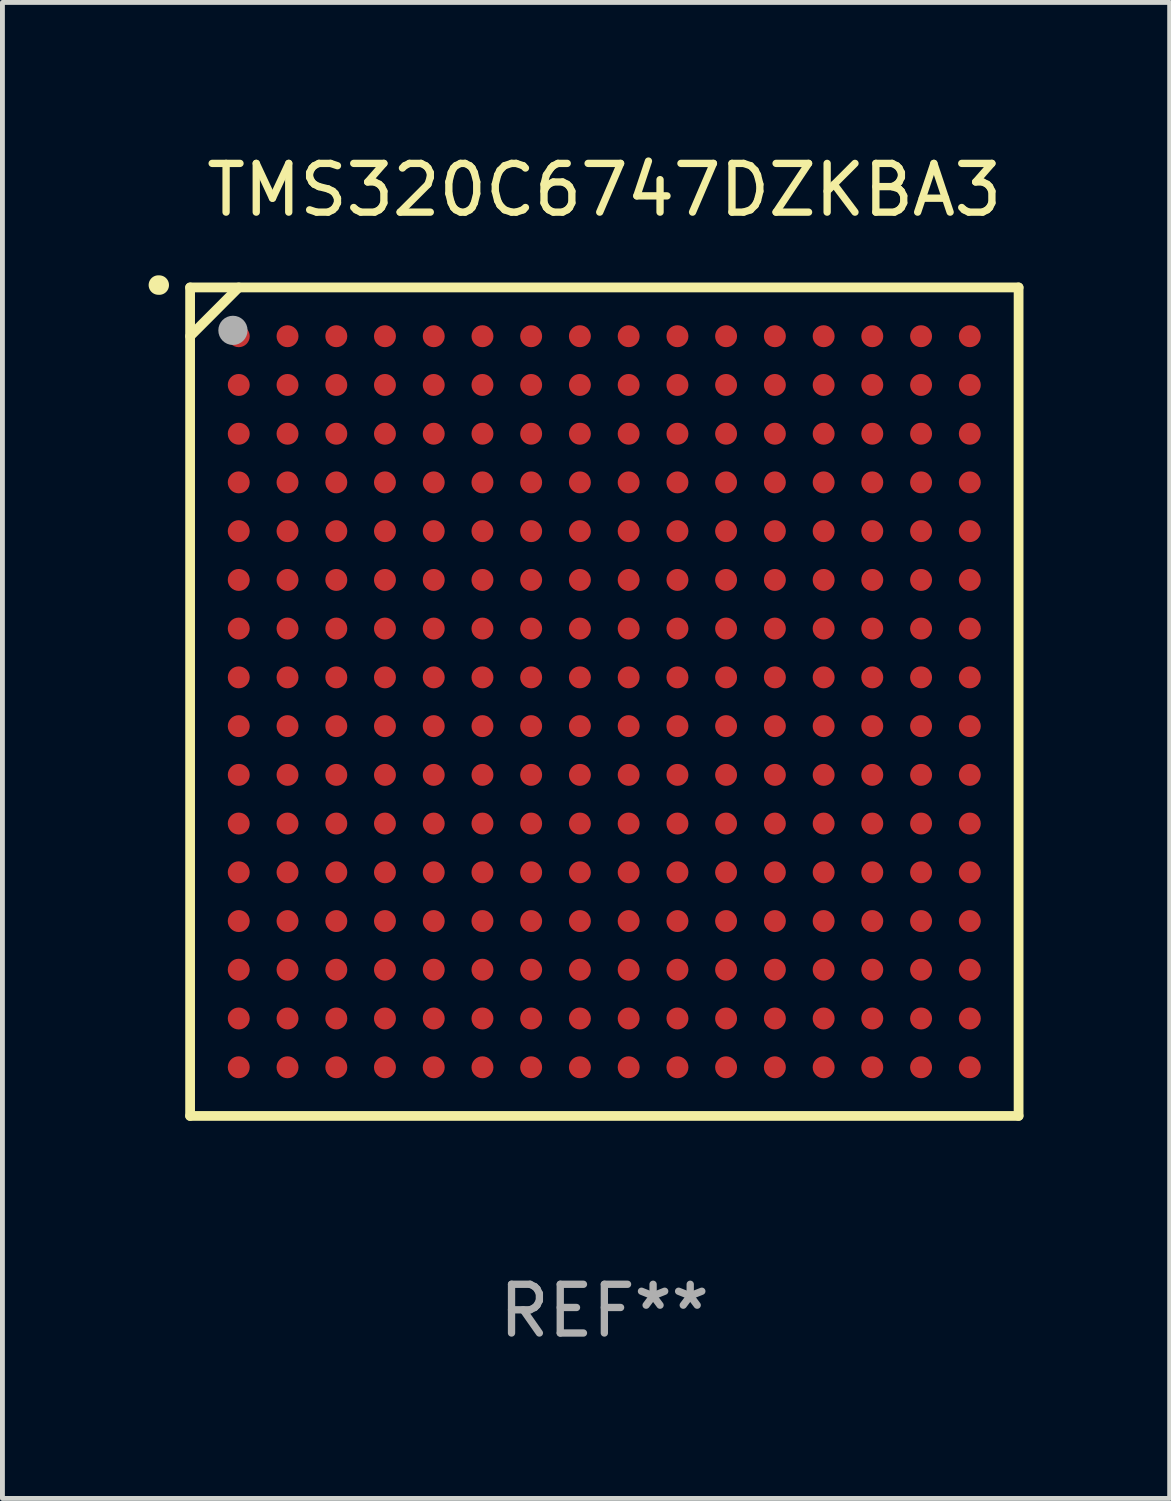
<source format=kicad_pcb>
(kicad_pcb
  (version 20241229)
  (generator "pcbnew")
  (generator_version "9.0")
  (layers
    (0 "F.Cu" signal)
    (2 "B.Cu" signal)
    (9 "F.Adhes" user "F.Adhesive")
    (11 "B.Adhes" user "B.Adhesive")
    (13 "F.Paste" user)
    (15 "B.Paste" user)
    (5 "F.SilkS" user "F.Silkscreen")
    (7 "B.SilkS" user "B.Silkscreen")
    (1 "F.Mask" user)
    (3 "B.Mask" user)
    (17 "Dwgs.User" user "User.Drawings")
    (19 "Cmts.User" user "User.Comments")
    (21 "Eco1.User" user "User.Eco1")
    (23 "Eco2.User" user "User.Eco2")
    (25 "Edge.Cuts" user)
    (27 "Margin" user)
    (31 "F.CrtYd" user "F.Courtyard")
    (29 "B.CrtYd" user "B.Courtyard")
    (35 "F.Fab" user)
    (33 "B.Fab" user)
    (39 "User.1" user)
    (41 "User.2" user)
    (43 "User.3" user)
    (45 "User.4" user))
  (footprint "TMS320C6747DZKBA3"
    (layer "F.Cu")
    (at 9.351 11.348)
    (property "Reference" "TMS320C6747DZKBA3" (at 0 -10.5 0) (layer "F.SilkS") (effects (font (size 1 1) (thickness 0.15))))
    (attr through_hole)
    (fp_line (start -8.5 -8.5) (end 8.5 -8.5) (stroke (width 0.2) (type solid)) (layer "F.SilkS"))
    (fp_line (start -8.5 -7.499) (end -7.502 -8.5) (stroke (width 0.2) (type solid)) (layer "F.SilkS"))
    (fp_line (start -8.5 8.5) (end -8.5 -8.5) (stroke (width 0.2) (type solid)) (layer "F.SilkS"))
    (fp_line (start 8.5 -8.5) (end 8.5 8.5) (stroke (width 0.2) (type solid)) (layer "F.SilkS"))
    (fp_line (start 8.5 8.5) (end -8.5 8.5) (stroke (width 0.2) (type solid)) (layer "F.SilkS"))
    (fp_arc (start -9.151181 -8.548768) (mid -9.142295 -8.548541) (end -9.133426 -8.547955) (stroke (width 0.4) (type solid)) (layer "F.SilkS"))
    (fp_circle (center -8.501 -8.499) (end -8.471 -8.499) (stroke (width 0.06) (type solid)) (fill no) (layer "F.SilkS"))
    (fp_circle (center -7.621 -7.619) (end -7.471 -7.619) (stroke (width 0.3) (type solid)) (fill no) (layer "F.Fab"))
    (fp_text user "REF**" (at 0 12.5 0) (layer "F.Fab") (effects (font (size 1 1) (thickness 0.15))))
    (pad "A1" smd circle (at -7.502 -7.499) (size 0.45 0.45) (layers "F.Cu" "F.Mask" "F.Paste"))
    (pad "A2" smd circle (at -6.501 -7.499) (size 0.45 0.45) (layers "F.Cu" "F.Mask" "F.Paste"))
    (pad "A3" smd circle (at -5.5 -7.499) (size 0.45 0.45) (layers "F.Cu" "F.Mask" "F.Paste"))
    (pad "A4" smd circle (at -4.502 -7.499) (size 0.45 0.45) (layers "F.Cu" "F.Mask" "F.Paste"))
    (pad "A5" smd circle (at -3.501 -7.499) (size 0.45 0.45) (layers "F.Cu" "F.Mask" "F.Paste"))
    (pad "A6" smd circle (at -2.501 -7.499) (size 0.45 0.45) (layers "F.Cu" "F.Mask" "F.Paste"))
    (pad "A7" smd circle (at -1.502 -7.499) (size 0.45 0.45) (layers "F.Cu" "F.Mask" "F.Paste"))
    (pad "A8" smd circle (at -0.502 -7.499) (size 0.45 0.45) (layers "F.Cu" "F.Mask" "F.Paste"))
    (pad "A9" smd circle (at 0.499 -7.499) (size 0.45 0.45) (layers "F.Cu" "F.Mask" "F.Paste"))
    (pad "A10" smd circle (at 1.5 -7.499) (size 0.45 0.45) (layers "F.Cu" "F.Mask" "F.Paste"))
    (pad "A11" smd circle (at 2.498 -7.499) (size 0.45 0.45) (layers "F.Cu" "F.Mask" "F.Paste"))
    (pad "A12" smd circle (at 3.499 -7.499) (size 0.45 0.45) (layers "F.Cu" "F.Mask" "F.Paste"))
    (pad "A13" smd circle (at 4.5 -7.499) (size 0.45 0.45) (layers "F.Cu" "F.Mask" "F.Paste"))
    (pad "A14" smd circle (at 5.498 -7.499) (size 0.45 0.45) (layers "F.Cu" "F.Mask" "F.Paste"))
    (pad "A15" smd circle (at 6.499 -7.499) (size 0.45 0.45) (layers "F.Cu" "F.Mask" "F.Paste"))
    (pad "A16" smd circle (at 7.499 -7.499) (size 0.45 0.45) (layers "F.Cu" "F.Mask" "F.Paste"))
    (pad "B1" smd circle (at -7.502 -6.499) (size 0.45 0.45) (layers "F.Cu" "F.Mask" "F.Paste"))
    (pad "B2" smd circle (at -6.501 -6.499) (size 0.45 0.45) (layers "F.Cu" "F.Mask" "F.Paste"))
    (pad "B3" smd circle (at -5.5 -6.499) (size 0.45 0.45) (layers "F.Cu" "F.Mask" "F.Paste"))
    (pad "B4" smd circle (at -4.502 -6.499) (size 0.45 0.45) (layers "F.Cu" "F.Mask" "F.Paste"))
    (pad "B5" smd circle (at -3.501 -6.499) (size 0.45 0.45) (layers "F.Cu" "F.Mask" "F.Paste"))
    (pad "B6" smd circle (at -2.501 -6.499) (size 0.45 0.45) (layers "F.Cu" "F.Mask" "F.Paste"))
    (pad "B7" smd circle (at -1.502 -6.499) (size 0.45 0.45) (layers "F.Cu" "F.Mask" "F.Paste"))
    (pad "B8" smd circle (at -0.502 -6.499) (size 0.45 0.45) (layers "F.Cu" "F.Mask" "F.Paste"))
    (pad "B9" smd circle (at 0.499 -6.499) (size 0.45 0.45) (layers "F.Cu" "F.Mask" "F.Paste"))
    (pad "B10" smd circle (at 1.5 -6.499) (size 0.45 0.45) (layers "F.Cu" "F.Mask" "F.Paste"))
    (pad "B11" smd circle (at 2.498 -6.499) (size 0.45 0.45) (layers "F.Cu" "F.Mask" "F.Paste"))
    (pad "B12" smd circle (at 3.499 -6.499) (size 0.45 0.45) (layers "F.Cu" "F.Mask" "F.Paste"))
    (pad "B13" smd circle (at 4.5 -6.499) (size 0.45 0.45) (layers "F.Cu" "F.Mask" "F.Paste"))
    (pad "B14" smd circle (at 5.498 -6.499) (size 0.45 0.45) (layers "F.Cu" "F.Mask" "F.Paste"))
    (pad "B15" smd circle (at 6.499 -6.499) (size 0.45 0.45) (layers "F.Cu" "F.Mask" "F.Paste"))
    (pad "B16" smd circle (at 7.499 -6.499) (size 0.45 0.45) (layers "F.Cu" "F.Mask" "F.Paste"))
    (pad "C1" smd circle (at -7.502 -5.498) (size 0.45 0.45) (layers "F.Cu" "F.Mask" "F.Paste"))
    (pad "C2" smd circle (at -6.501 -5.498) (size 0.45 0.45) (layers "F.Cu" "F.Mask" "F.Paste"))
    (pad "C3" smd circle (at -5.5 -5.498) (size 0.45 0.45) (layers "F.Cu" "F.Mask" "F.Paste"))
    (pad "C4" smd circle (at -4.502 -5.498) (size 0.45 0.45) (layers "F.Cu" "F.Mask" "F.Paste"))
    (pad "C5" smd circle (at -3.501 -5.498) (size 0.45 0.45) (layers "F.Cu" "F.Mask" "F.Paste"))
    (pad "C6" smd circle (at -2.501 -5.498) (size 0.45 0.45) (layers "F.Cu" "F.Mask" "F.Paste"))
    (pad "C7" smd circle (at -1.502 -5.498) (size 0.45 0.45) (layers "F.Cu" "F.Mask" "F.Paste"))
    (pad "C8" smd circle (at -0.502 -5.498) (size 0.45 0.45) (layers "F.Cu" "F.Mask" "F.Paste"))
    (pad "C9" smd circle (at 0.499 -5.498) (size 0.45 0.45) (layers "F.Cu" "F.Mask" "F.Paste"))
    (pad "C10" smd circle (at 1.5 -5.498) (size 0.45 0.45) (layers "F.Cu" "F.Mask" "F.Paste"))
    (pad "C11" smd circle (at 2.498 -5.498) (size 0.45 0.45) (layers "F.Cu" "F.Mask" "F.Paste"))
    (pad "C12" smd circle (at 3.499 -5.498) (size 0.45 0.45) (layers "F.Cu" "F.Mask" "F.Paste"))
    (pad "C13" smd circle (at 4.5 -5.498) (size 0.45 0.45) (layers "F.Cu" "F.Mask" "F.Paste"))
    (pad "C14" smd circle (at 5.498 -5.498) (size 0.45 0.45) (layers "F.Cu" "F.Mask" "F.Paste"))
    (pad "C15" smd circle (at 6.499 -5.498) (size 0.45 0.45) (layers "F.Cu" "F.Mask" "F.Paste"))
    (pad "C16" smd circle (at 7.499 -5.498) (size 0.45 0.45) (layers "F.Cu" "F.Mask" "F.Paste"))
    (pad "D1" smd circle (at -7.502 -4.5) (size 0.45 0.45) (layers "F.Cu" "F.Mask" "F.Paste"))
    (pad "D2" smd circle (at -6.501 -4.5) (size 0.45 0.45) (layers "F.Cu" "F.Mask" "F.Paste"))
    (pad "D3" smd circle (at -5.5 -4.5) (size 0.45 0.45) (layers "F.Cu" "F.Mask" "F.Paste"))
    (pad "D4" smd circle (at -4.502 -4.5) (size 0.45 0.45) (layers "F.Cu" "F.Mask" "F.Paste"))
    (pad "D5" smd circle (at -3.501 -4.5) (size 0.45 0.45) (layers "F.Cu" "F.Mask" "F.Paste"))
    (pad "D6" smd circle (at -2.501 -4.5) (size 0.45 0.45) (layers "F.Cu" "F.Mask" "F.Paste"))
    (pad "D7" smd circle (at -1.502 -4.5) (size 0.45 0.45) (layers "F.Cu" "F.Mask" "F.Paste"))
    (pad "D8" smd circle (at -0.502 -4.5) (size 0.45 0.45) (layers "F.Cu" "F.Mask" "F.Paste"))
    (pad "D9" smd circle (at 0.499 -4.5) (size 0.45 0.45) (layers "F.Cu" "F.Mask" "F.Paste"))
    (pad "D10" smd circle (at 1.5 -4.5) (size 0.45 0.45) (layers "F.Cu" "F.Mask" "F.Paste"))
    (pad "D11" smd circle (at 2.498 -4.5) (size 0.45 0.45) (layers "F.Cu" "F.Mask" "F.Paste"))
    (pad "D12" smd circle (at 3.499 -4.5) (size 0.45 0.45) (layers "F.Cu" "F.Mask" "F.Paste"))
    (pad "D13" smd circle (at 4.5 -4.5) (size 0.45 0.45) (layers "F.Cu" "F.Mask" "F.Paste"))
    (pad "D14" smd circle (at 5.498 -4.5) (size 0.45 0.45) (layers "F.Cu" "F.Mask" "F.Paste"))
    (pad "D15" smd circle (at 6.499 -4.5) (size 0.45 0.45) (layers "F.Cu" "F.Mask" "F.Paste"))
    (pad "D16" smd circle (at 7.499 -4.5) (size 0.45 0.45) (layers "F.Cu" "F.Mask" "F.Paste"))
    (pad "E1" smd circle (at -7.502 -3.499) (size 0.45 0.45) (layers "F.Cu" "F.Mask" "F.Paste"))
    (pad "E2" smd circle (at -6.501 -3.499) (size 0.45 0.45) (layers "F.Cu" "F.Mask" "F.Paste"))
    (pad "E3" smd circle (at -5.5 -3.499) (size 0.45 0.45) (layers "F.Cu" "F.Mask" "F.Paste"))
    (pad "E4" smd circle (at -4.502 -3.499) (size 0.45 0.45) (layers "F.Cu" "F.Mask" "F.Paste"))
    (pad "E5" smd circle (at -3.501 -3.499) (size 0.45 0.45) (layers "F.Cu" "F.Mask" "F.Paste"))
    (pad "E6" smd circle (at -2.501 -3.499) (size 0.45 0.45) (layers "F.Cu" "F.Mask" "F.Paste"))
    (pad "E7" smd circle (at -1.502 -3.499) (size 0.45 0.45) (layers "F.Cu" "F.Mask" "F.Paste"))
    (pad "E8" smd circle (at -0.502 -3.499) (size 0.45 0.45) (layers "F.Cu" "F.Mask" "F.Paste"))
    (pad "E9" smd circle (at 0.499 -3.499) (size 0.45 0.45) (layers "F.Cu" "F.Mask" "F.Paste"))
    (pad "E10" smd circle (at 1.5 -3.499) (size 0.45 0.45) (layers "F.Cu" "F.Mask" "F.Paste"))
    (pad "E11" smd circle (at 2.498 -3.499) (size 0.45 0.45) (layers "F.Cu" "F.Mask" "F.Paste"))
    (pad "E12" smd circle (at 3.499 -3.499) (size 0.45 0.45) (layers "F.Cu" "F.Mask" "F.Paste"))
    (pad "E13" smd circle (at 4.5 -3.499) (size 0.45 0.45) (layers "F.Cu" "F.Mask" "F.Paste"))
    (pad "E14" smd circle (at 5.498 -3.499) (size 0.45 0.45) (layers "F.Cu" "F.Mask" "F.Paste"))
    (pad "E15" smd circle (at 6.499 -3.499) (size 0.45 0.45) (layers "F.Cu" "F.Mask" "F.Paste"))
    (pad "E16" smd circle (at 7.499 -3.499) (size 0.45 0.45) (layers "F.Cu" "F.Mask" "F.Paste"))
    (pad "F1" smd circle (at -7.502 -2.498) (size 0.45 0.45) (layers "F.Cu" "F.Mask" "F.Paste"))
    (pad "F2" smd circle (at -6.501 -2.498) (size 0.45 0.45) (layers "F.Cu" "F.Mask" "F.Paste"))
    (pad "F3" smd circle (at -5.5 -2.498) (size 0.45 0.45) (layers "F.Cu" "F.Mask" "F.Paste"))
    (pad "F4" smd circle (at -4.502 -2.498) (size 0.45 0.45) (layers "F.Cu" "F.Mask" "F.Paste"))
    (pad "F5" smd circle (at -3.501 -2.498) (size 0.45 0.45) (layers "F.Cu" "F.Mask" "F.Paste"))
    (pad "F6" smd circle (at -2.501 -2.498) (size 0.45 0.45) (layers "F.Cu" "F.Mask" "F.Paste"))
    (pad "F7" smd circle (at -1.502 -2.498) (size 0.45 0.45) (layers "F.Cu" "F.Mask" "F.Paste"))
    (pad "F8" smd circle (at -0.502 -2.498) (size 0.45 0.45) (layers "F.Cu" "F.Mask" "F.Paste"))
    (pad "F9" smd circle (at 0.499 -2.498) (size 0.45 0.45) (layers "F.Cu" "F.Mask" "F.Paste"))
    (pad "F10" smd circle (at 1.5 -2.498) (size 0.45 0.45) (layers "F.Cu" "F.Mask" "F.Paste"))
    (pad "F11" smd circle (at 2.498 -2.498) (size 0.45 0.45) (layers "F.Cu" "F.Mask" "F.Paste"))
    (pad "F12" smd circle (at 3.499 -2.498) (size 0.45 0.45) (layers "F.Cu" "F.Mask" "F.Paste"))
    (pad "F13" smd circle (at 4.5 -2.498) (size 0.45 0.45) (layers "F.Cu" "F.Mask" "F.Paste"))
    (pad "F14" smd circle (at 5.498 -2.498) (size 0.45 0.45) (layers "F.Cu" "F.Mask" "F.Paste"))
    (pad "F15" smd circle (at 6.499 -2.498) (size 0.45 0.45) (layers "F.Cu" "F.Mask" "F.Paste"))
    (pad "F16" smd circle (at 7.499 -2.498) (size 0.45 0.45) (layers "F.Cu" "F.Mask" "F.Paste"))
    (pad "G1" smd circle (at -7.502 -1.5) (size 0.45 0.45) (layers "F.Cu" "F.Mask" "F.Paste"))
    (pad "G2" smd circle (at -6.501 -1.5) (size 0.45 0.45) (layers "F.Cu" "F.Mask" "F.Paste"))
    (pad "G3" smd circle (at -5.5 -1.5) (size 0.45 0.45) (layers "F.Cu" "F.Mask" "F.Paste"))
    (pad "G4" smd circle (at -4.502 -1.5) (size 0.45 0.45) (layers "F.Cu" "F.Mask" "F.Paste"))
    (pad "G5" smd circle (at -3.501 -1.5) (size 0.45 0.45) (layers "F.Cu" "F.Mask" "F.Paste"))
    (pad "G6" smd circle (at -2.501 -1.5) (size 0.45 0.45) (layers "F.Cu" "F.Mask" "F.Paste"))
    (pad "G7" smd circle (at -1.502 -1.5) (size 0.45 0.45) (layers "F.Cu" "F.Mask" "F.Paste"))
    (pad "G8" smd circle (at -0.502 -1.5) (size 0.45 0.45) (layers "F.Cu" "F.Mask" "F.Paste"))
    (pad "G9" smd circle (at 0.499 -1.5) (size 0.45 0.45) (layers "F.Cu" "F.Mask" "F.Paste"))
    (pad "G10" smd circle (at 1.5 -1.5) (size 0.45 0.45) (layers "F.Cu" "F.Mask" "F.Paste"))
    (pad "G11" smd circle (at 2.498 -1.5) (size 0.45 0.45) (layers "F.Cu" "F.Mask" "F.Paste"))
    (pad "G12" smd circle (at 3.499 -1.5) (size 0.45 0.45) (layers "F.Cu" "F.Mask" "F.Paste"))
    (pad "G13" smd circle (at 4.5 -1.5) (size 0.45 0.45) (layers "F.Cu" "F.Mask" "F.Paste"))
    (pad "G14" smd circle (at 5.498 -1.5) (size 0.45 0.45) (layers "F.Cu" "F.Mask" "F.Paste"))
    (pad "G15" smd circle (at 6.499 -1.5) (size 0.45 0.45) (layers "F.Cu" "F.Mask" "F.Paste"))
    (pad "G16" smd circle (at 7.499 -1.5) (size 0.45 0.45) (layers "F.Cu" "F.Mask" "F.Paste"))
    (pad "H1" smd circle (at -7.502 -0.499) (size 0.45 0.45) (layers "F.Cu" "F.Mask" "F.Paste"))
    (pad "H2" smd circle (at -6.501 -0.499) (size 0.45 0.45) (layers "F.Cu" "F.Mask" "F.Paste"))
    (pad "H3" smd circle (at -5.5 -0.499) (size 0.45 0.45) (layers "F.Cu" "F.Mask" "F.Paste"))
    (pad "H4" smd circle (at -4.502 -0.499) (size 0.45 0.45) (layers "F.Cu" "F.Mask" "F.Paste"))
    (pad "H5" smd circle (at -3.501 -0.499) (size 0.45 0.45) (layers "F.Cu" "F.Mask" "F.Paste"))
    (pad "H6" smd circle (at -2.501 -0.499) (size 0.45 0.45) (layers "F.Cu" "F.Mask" "F.Paste"))
    (pad "H7" smd circle (at -1.502 -0.499) (size 0.45 0.45) (layers "F.Cu" "F.Mask" "F.Paste"))
    (pad "H8" smd circle (at -0.502 -0.499) (size 0.45 0.45) (layers "F.Cu" "F.Mask" "F.Paste"))
    (pad "H9" smd circle (at 0.499 -0.499) (size 0.45 0.45) (layers "F.Cu" "F.Mask" "F.Paste"))
    (pad "H10" smd circle (at 1.5 -0.499) (size 0.45 0.45) (layers "F.Cu" "F.Mask" "F.Paste"))
    (pad "H11" smd circle (at 2.498 -0.499) (size 0.45 0.45) (layers "F.Cu" "F.Mask" "F.Paste"))
    (pad "H12" smd circle (at 3.499 -0.499) (size 0.45 0.45) (layers "F.Cu" "F.Mask" "F.Paste"))
    (pad "H13" smd circle (at 4.5 -0.499) (size 0.45 0.45) (layers "F.Cu" "F.Mask" "F.Paste"))
    (pad "H14" smd circle (at 5.498 -0.499) (size 0.45 0.45) (layers "F.Cu" "F.Mask" "F.Paste"))
    (pad "H15" smd circle (at 6.499 -0.499) (size 0.45 0.45) (layers "F.Cu" "F.Mask" "F.Paste"))
    (pad "H16" smd circle (at 7.499 -0.499) (size 0.45 0.45) (layers "F.Cu" "F.Mask" "F.Paste"))
    (pad "J1" smd circle (at -7.502 0.502) (size 0.45 0.45) (layers "F.Cu" "F.Mask" "F.Paste"))
    (pad "J2" smd circle (at -6.501 0.502) (size 0.45 0.45) (layers "F.Cu" "F.Mask" "F.Paste"))
    (pad "J3" smd circle (at -5.5 0.502) (size 0.45 0.45) (layers "F.Cu" "F.Mask" "F.Paste"))
    (pad "J4" smd circle (at -4.502 0.502) (size 0.45 0.45) (layers "F.Cu" "F.Mask" "F.Paste"))
    (pad "J5" smd circle (at -3.501 0.502) (size 0.45 0.45) (layers "F.Cu" "F.Mask" "F.Paste"))
    (pad "J6" smd circle (at -2.501 0.502) (size 0.45 0.45) (layers "F.Cu" "F.Mask" "F.Paste"))
    (pad "J7" smd circle (at -1.502 0.502) (size 0.45 0.45) (layers "F.Cu" "F.Mask" "F.Paste"))
    (pad "J8" smd circle (at -0.502 0.502) (size 0.45 0.45) (layers "F.Cu" "F.Mask" "F.Paste"))
    (pad "J9" smd circle (at 0.499 0.502) (size 0.45 0.45) (layers "F.Cu" "F.Mask" "F.Paste"))
    (pad "J10" smd circle (at 1.5 0.502) (size 0.45 0.45) (layers "F.Cu" "F.Mask" "F.Paste"))
    (pad "J11" smd circle (at 2.498 0.502) (size 0.45 0.45) (layers "F.Cu" "F.Mask" "F.Paste"))
    (pad "J12" smd circle (at 3.499 0.502) (size 0.45 0.45) (layers "F.Cu" "F.Mask" "F.Paste"))
    (pad "J13" smd circle (at 4.5 0.502) (size 0.45 0.45) (layers "F.Cu" "F.Mask" "F.Paste"))
    (pad "J14" smd circle (at 5.498 0.502) (size 0.45 0.45) (layers "F.Cu" "F.Mask" "F.Paste"))
    (pad "J15" smd circle (at 6.499 0.502) (size 0.45 0.45) (layers "F.Cu" "F.Mask" "F.Paste"))
    (pad "J16" smd circle (at 7.499 0.502) (size 0.45 0.45) (layers "F.Cu" "F.Mask" "F.Paste"))
    (pad "K1" smd circle (at -7.502 1.502) (size 0.45 0.45) (layers "F.Cu" "F.Mask" "F.Paste"))
    (pad "K2" smd circle (at -6.501 1.502) (size 0.45 0.45) (layers "F.Cu" "F.Mask" "F.Paste"))
    (pad "K3" smd circle (at -5.5 1.502) (size 0.45 0.45) (layers "F.Cu" "F.Mask" "F.Paste"))
    (pad "K4" smd circle (at -4.502 1.502) (size 0.45 0.45) (layers "F.Cu" "F.Mask" "F.Paste"))
    (pad "K5" smd circle (at -3.501 1.502) (size 0.45 0.45) (layers "F.Cu" "F.Mask" "F.Paste"))
    (pad "K6" smd circle (at -2.501 1.502) (size 0.45 0.45) (layers "F.Cu" "F.Mask" "F.Paste"))
    (pad "K7" smd circle (at -1.502 1.502) (size 0.45 0.45) (layers "F.Cu" "F.Mask" "F.Paste"))
    (pad "K8" smd circle (at -0.502 1.502) (size 0.45 0.45) (layers "F.Cu" "F.Mask" "F.Paste"))
    (pad "K9" smd circle (at 0.499 1.502) (size 0.45 0.45) (layers "F.Cu" "F.Mask" "F.Paste"))
    (pad "K10" smd circle (at 1.5 1.502) (size 0.45 0.45) (layers "F.Cu" "F.Mask" "F.Paste"))
    (pad "K11" smd circle (at 2.498 1.502) (size 0.45 0.45) (layers "F.Cu" "F.Mask" "F.Paste"))
    (pad "K12" smd circle (at 3.499 1.502) (size 0.45 0.45) (layers "F.Cu" "F.Mask" "F.Paste"))
    (pad "K13" smd circle (at 4.5 1.502) (size 0.45 0.45) (layers "F.Cu" "F.Mask" "F.Paste"))
    (pad "K14" smd circle (at 5.498 1.502) (size 0.45 0.45) (layers "F.Cu" "F.Mask" "F.Paste"))
    (pad "K15" smd circle (at 6.499 1.502) (size 0.45 0.45) (layers "F.Cu" "F.Mask" "F.Paste"))
    (pad "K16" smd circle (at 7.499 1.502) (size 0.45 0.45) (layers "F.Cu" "F.Mask" "F.Paste"))
    (pad "L1" smd circle (at -7.502 2.501) (size 0.45 0.45) (layers "F.Cu" "F.Mask" "F.Paste"))
    (pad "L2" smd circle (at -6.501 2.501) (size 0.45 0.45) (layers "F.Cu" "F.Mask" "F.Paste"))
    (pad "L3" smd circle (at -5.5 2.501) (size 0.45 0.45) (layers "F.Cu" "F.Mask" "F.Paste"))
    (pad "L4" smd circle (at -4.502 2.501) (size 0.45 0.45) (layers "F.Cu" "F.Mask" "F.Paste"))
    (pad "L5" smd circle (at -3.501 2.501) (size 0.45 0.45) (layers "F.Cu" "F.Mask" "F.Paste"))
    (pad "L6" smd circle (at -2.501 2.501) (size 0.45 0.45) (layers "F.Cu" "F.Mask" "F.Paste"))
    (pad "L7" smd circle (at -1.502 2.501) (size 0.45 0.45) (layers "F.Cu" "F.Mask" "F.Paste"))
    (pad "L8" smd circle (at -0.502 2.501) (size 0.45 0.45) (layers "F.Cu" "F.Mask" "F.Paste"))
    (pad "L9" smd circle (at 0.499 2.501) (size 0.45 0.45) (layers "F.Cu" "F.Mask" "F.Paste"))
    (pad "L10" smd circle (at 1.5 2.501) (size 0.45 0.45) (layers "F.Cu" "F.Mask" "F.Paste"))
    (pad "L11" smd circle (at 2.498 2.501) (size 0.45 0.45) (layers "F.Cu" "F.Mask" "F.Paste"))
    (pad "L12" smd circle (at 3.499 2.501) (size 0.45 0.45) (layers "F.Cu" "F.Mask" "F.Paste"))
    (pad "L13" smd circle (at 4.5 2.501) (size 0.45 0.45) (layers "F.Cu" "F.Mask" "F.Paste"))
    (pad "L14" smd circle (at 5.498 2.501) (size 0.45 0.45) (layers "F.Cu" "F.Mask" "F.Paste"))
    (pad "L15" smd circle (at 6.499 2.501) (size 0.45 0.45) (layers "F.Cu" "F.Mask" "F.Paste"))
    (pad "L16" smd circle (at 7.499 2.501) (size 0.45 0.45) (layers "F.Cu" "F.Mask" "F.Paste"))
    (pad "M1" smd circle (at -7.502 3.501) (size 0.45 0.45) (layers "F.Cu" "F.Mask" "F.Paste"))
    (pad "M2" smd circle (at -6.501 3.501) (size 0.45 0.45) (layers "F.Cu" "F.Mask" "F.Paste"))
    (pad "M3" smd circle (at -5.5 3.501) (size 0.45 0.45) (layers "F.Cu" "F.Mask" "F.Paste"))
    (pad "M4" smd circle (at -4.502 3.501) (size 0.45 0.45) (layers "F.Cu" "F.Mask" "F.Paste"))
    (pad "M5" smd circle (at -3.501 3.501) (size 0.45 0.45) (layers "F.Cu" "F.Mask" "F.Paste"))
    (pad "M6" smd circle (at -2.501 3.501) (size 0.45 0.45) (layers "F.Cu" "F.Mask" "F.Paste"))
    (pad "M7" smd circle (at -1.502 3.501) (size 0.45 0.45) (layers "F.Cu" "F.Mask" "F.Paste"))
    (pad "M8" smd circle (at -0.502 3.501) (size 0.45 0.45) (layers "F.Cu" "F.Mask" "F.Paste"))
    (pad "M9" smd circle (at 0.499 3.501) (size 0.45 0.45) (layers "F.Cu" "F.Mask" "F.Paste"))
    (pad "M10" smd circle (at 1.5 3.501) (size 0.45 0.45) (layers "F.Cu" "F.Mask" "F.Paste"))
    (pad "M11" smd circle (at 2.498 3.501) (size 0.45 0.45) (layers "F.Cu" "F.Mask" "F.Paste"))
    (pad "M12" smd circle (at 3.499 3.501) (size 0.45 0.45) (layers "F.Cu" "F.Mask" "F.Paste"))
    (pad "M13" smd circle (at 4.5 3.501) (size 0.45 0.45) (layers "F.Cu" "F.Mask" "F.Paste"))
    (pad "M14" smd circle (at 5.498 3.501) (size 0.45 0.45) (layers "F.Cu" "F.Mask" "F.Paste"))
    (pad "M15" smd circle (at 6.499 3.501) (size 0.45 0.45) (layers "F.Cu" "F.Mask" "F.Paste"))
    (pad "M16" smd circle (at 7.499 3.501) (size 0.45 0.45) (layers "F.Cu" "F.Mask" "F.Paste"))
    (pad "N1" smd circle (at -7.502 4.502) (size 0.45 0.45) (layers "F.Cu" "F.Mask" "F.Paste"))
    (pad "N2" smd circle (at -6.501 4.502) (size 0.45 0.45) (layers "F.Cu" "F.Mask" "F.Paste"))
    (pad "N3" smd circle (at -5.5 4.502) (size 0.45 0.45) (layers "F.Cu" "F.Mask" "F.Paste"))
    (pad "N4" smd circle (at -4.502 4.502) (size 0.45 0.45) (layers "F.Cu" "F.Mask" "F.Paste"))
    (pad "N5" smd circle (at -3.501 4.502) (size 0.45 0.45) (layers "F.Cu" "F.Mask" "F.Paste"))
    (pad "N6" smd circle (at -2.501 4.502) (size 0.45 0.45) (layers "F.Cu" "F.Mask" "F.Paste"))
    (pad "N7" smd circle (at -1.502 4.502) (size 0.45 0.45) (layers "F.Cu" "F.Mask" "F.Paste"))
    (pad "N8" smd circle (at -0.502 4.502) (size 0.45 0.45) (layers "F.Cu" "F.Mask" "F.Paste"))
    (pad "N9" smd circle (at 0.499 4.502) (size 0.45 0.45) (layers "F.Cu" "F.Mask" "F.Paste"))
    (pad "N10" smd circle (at 1.5 4.502) (size 0.45 0.45) (layers "F.Cu" "F.Mask" "F.Paste"))
    (pad "N11" smd circle (at 2.498 4.502) (size 0.45 0.45) (layers "F.Cu" "F.Mask" "F.Paste"))
    (pad "N12" smd circle (at 3.499 4.502) (size 0.45 0.45) (layers "F.Cu" "F.Mask" "F.Paste"))
    (pad "N13" smd circle (at 4.5 4.502) (size 0.45 0.45) (layers "F.Cu" "F.Mask" "F.Paste"))
    (pad "N14" smd circle (at 5.498 4.502) (size 0.45 0.45) (layers "F.Cu" "F.Mask" "F.Paste"))
    (pad "N15" smd circle (at 6.499 4.502) (size 0.45 0.45) (layers "F.Cu" "F.Mask" "F.Paste"))
    (pad "N16" smd circle (at 7.499 4.502) (size 0.45 0.45) (layers "F.Cu" "F.Mask" "F.Paste"))
    (pad "P1" smd circle (at -7.502 5.5) (size 0.45 0.45) (layers "F.Cu" "F.Mask" "F.Paste"))
    (pad "P2" smd circle (at -6.501 5.5) (size 0.45 0.45) (layers "F.Cu" "F.Mask" "F.Paste"))
    (pad "P3" smd circle (at -5.5 5.5) (size 0.45 0.45) (layers "F.Cu" "F.Mask" "F.Paste"))
    (pad "P4" smd circle (at -4.502 5.5) (size 0.45 0.45) (layers "F.Cu" "F.Mask" "F.Paste"))
    (pad "P5" smd circle (at -3.501 5.5) (size 0.45 0.45) (layers "F.Cu" "F.Mask" "F.Paste"))
    (pad "P6" smd circle (at -2.501 5.5) (size 0.45 0.45) (layers "F.Cu" "F.Mask" "F.Paste"))
    (pad "P7" smd circle (at -1.502 5.5) (size 0.45 0.45) (layers "F.Cu" "F.Mask" "F.Paste"))
    (pad "P8" smd circle (at -0.502 5.5) (size 0.45 0.45) (layers "F.Cu" "F.Mask" "F.Paste"))
    (pad "P9" smd circle (at 0.499 5.5) (size 0.45 0.45) (layers "F.Cu" "F.Mask" "F.Paste"))
    (pad "P10" smd circle (at 1.5 5.5) (size 0.45 0.45) (layers "F.Cu" "F.Mask" "F.Paste"))
    (pad "P11" smd circle (at 2.498 5.5) (size 0.45 0.45) (layers "F.Cu" "F.Mask" "F.Paste"))
    (pad "P12" smd circle (at 3.499 5.5) (size 0.45 0.45) (layers "F.Cu" "F.Mask" "F.Paste"))
    (pad "P13" smd circle (at 4.5 5.5) (size 0.45 0.45) (layers "F.Cu" "F.Mask" "F.Paste"))
    (pad "P14" smd circle (at 5.498 5.5) (size 0.45 0.45) (layers "F.Cu" "F.Mask" "F.Paste"))
    (pad "P15" smd circle (at 6.499 5.5) (size 0.45 0.45) (layers "F.Cu" "F.Mask" "F.Paste"))
    (pad "P16" smd circle (at 7.499 5.5) (size 0.45 0.45) (layers "F.Cu" "F.Mask" "F.Paste"))
    (pad "R1" smd circle (at -7.502 6.501) (size 0.45 0.45) (layers "F.Cu" "F.Mask" "F.Paste"))
    (pad "R2" smd circle (at -6.501 6.501) (size 0.45 0.45) (layers "F.Cu" "F.Mask" "F.Paste"))
    (pad "R3" smd circle (at -5.5 6.501) (size 0.45 0.45) (layers "F.Cu" "F.Mask" "F.Paste"))
    (pad "R4" smd circle (at -4.502 6.501) (size 0.45 0.45) (layers "F.Cu" "F.Mask" "F.Paste"))
    (pad "R5" smd circle (at -3.501 6.501) (size 0.45 0.45) (layers "F.Cu" "F.Mask" "F.Paste"))
    (pad "R6" smd circle (at -2.501 6.501) (size 0.45 0.45) (layers "F.Cu" "F.Mask" "F.Paste"))
    (pad "R7" smd circle (at -1.502 6.501) (size 0.45 0.45) (layers "F.Cu" "F.Mask" "F.Paste"))
    (pad "R8" smd circle (at -0.502 6.501) (size 0.45 0.45) (layers "F.Cu" "F.Mask" "F.Paste"))
    (pad "R9" smd circle (at 0.499 6.501) (size 0.45 0.45) (layers "F.Cu" "F.Mask" "F.Paste"))
    (pad "R10" smd circle (at 1.5 6.501) (size 0.45 0.45) (layers "F.Cu" "F.Mask" "F.Paste"))
    (pad "R11" smd circle (at 2.498 6.501) (size 0.45 0.45) (layers "F.Cu" "F.Mask" "F.Paste"))
    (pad "R12" smd circle (at 3.499 6.501) (size 0.45 0.45) (layers "F.Cu" "F.Mask" "F.Paste"))
    (pad "R13" smd circle (at 4.5 6.501) (size 0.45 0.45) (layers "F.Cu" "F.Mask" "F.Paste"))
    (pad "R14" smd circle (at 5.498 6.501) (size 0.45 0.45) (layers "F.Cu" "F.Mask" "F.Paste"))
    (pad "R15" smd circle (at 6.499 6.501) (size 0.45 0.45) (layers "F.Cu" "F.Mask" "F.Paste"))
    (pad "R16" smd circle (at 7.499 6.501) (size 0.45 0.45) (layers "F.Cu" "F.Mask" "F.Paste"))
    (pad "T1" smd circle (at -7.502 7.502) (size 0.45 0.45) (layers "F.Cu" "F.Mask" "F.Paste"))
    (pad "T2" smd circle (at -6.501 7.502) (size 0.45 0.45) (layers "F.Cu" "F.Mask" "F.Paste"))
    (pad "T3" smd circle (at -5.5 7.502) (size 0.45 0.45) (layers "F.Cu" "F.Mask" "F.Paste"))
    (pad "T4" smd circle (at -4.502 7.502) (size 0.45 0.45) (layers "F.Cu" "F.Mask" "F.Paste"))
    (pad "T5" smd circle (at -3.501 7.502) (size 0.45 0.45) (layers "F.Cu" "F.Mask" "F.Paste"))
    (pad "T6" smd circle (at -2.501 7.502) (size 0.45 0.45) (layers "F.Cu" "F.Mask" "F.Paste"))
    (pad "T7" smd circle (at -1.502 7.502) (size 0.45 0.45) (layers "F.Cu" "F.Mask" "F.Paste"))
    (pad "T8" smd circle (at -0.502 7.502) (size 0.45 0.45) (layers "F.Cu" "F.Mask" "F.Paste"))
    (pad "T9" smd circle (at 0.499 7.502) (size 0.45 0.45) (layers "F.Cu" "F.Mask" "F.Paste"))
    (pad "T10" smd circle (at 1.5 7.502) (size 0.45 0.45) (layers "F.Cu" "F.Mask" "F.Paste"))
    (pad "T11" smd circle (at 2.498 7.502) (size 0.45 0.45) (layers "F.Cu" "F.Mask" "F.Paste"))
    (pad "T12" smd circle (at 3.499 7.502) (size 0.45 0.45) (layers "F.Cu" "F.Mask" "F.Paste"))
    (pad "T13" smd circle (at 4.5 7.502) (size 0.45 0.45) (layers "F.Cu" "F.Mask" "F.Paste"))
    (pad "T14" smd circle (at 5.498 7.502) (size 0.45 0.45) (layers "F.Cu" "F.Mask" "F.Paste"))
    (pad "T15" smd circle (at 6.499 7.502) (size 0.45 0.45) (layers "F.Cu" "F.Mask" "F.Paste"))
    (pad "T16" smd circle (at 7.499 7.502) (size 0.45 0.45) (layers "F.Cu" "F.Mask" "F.Paste")))
  (gr_rect
    (start -3 -3)
    (end 20.951 27.697)
    (stroke (width 0.1) (type default))
    (fill no)
    (layer "Edge.Cuts")))
</source>
